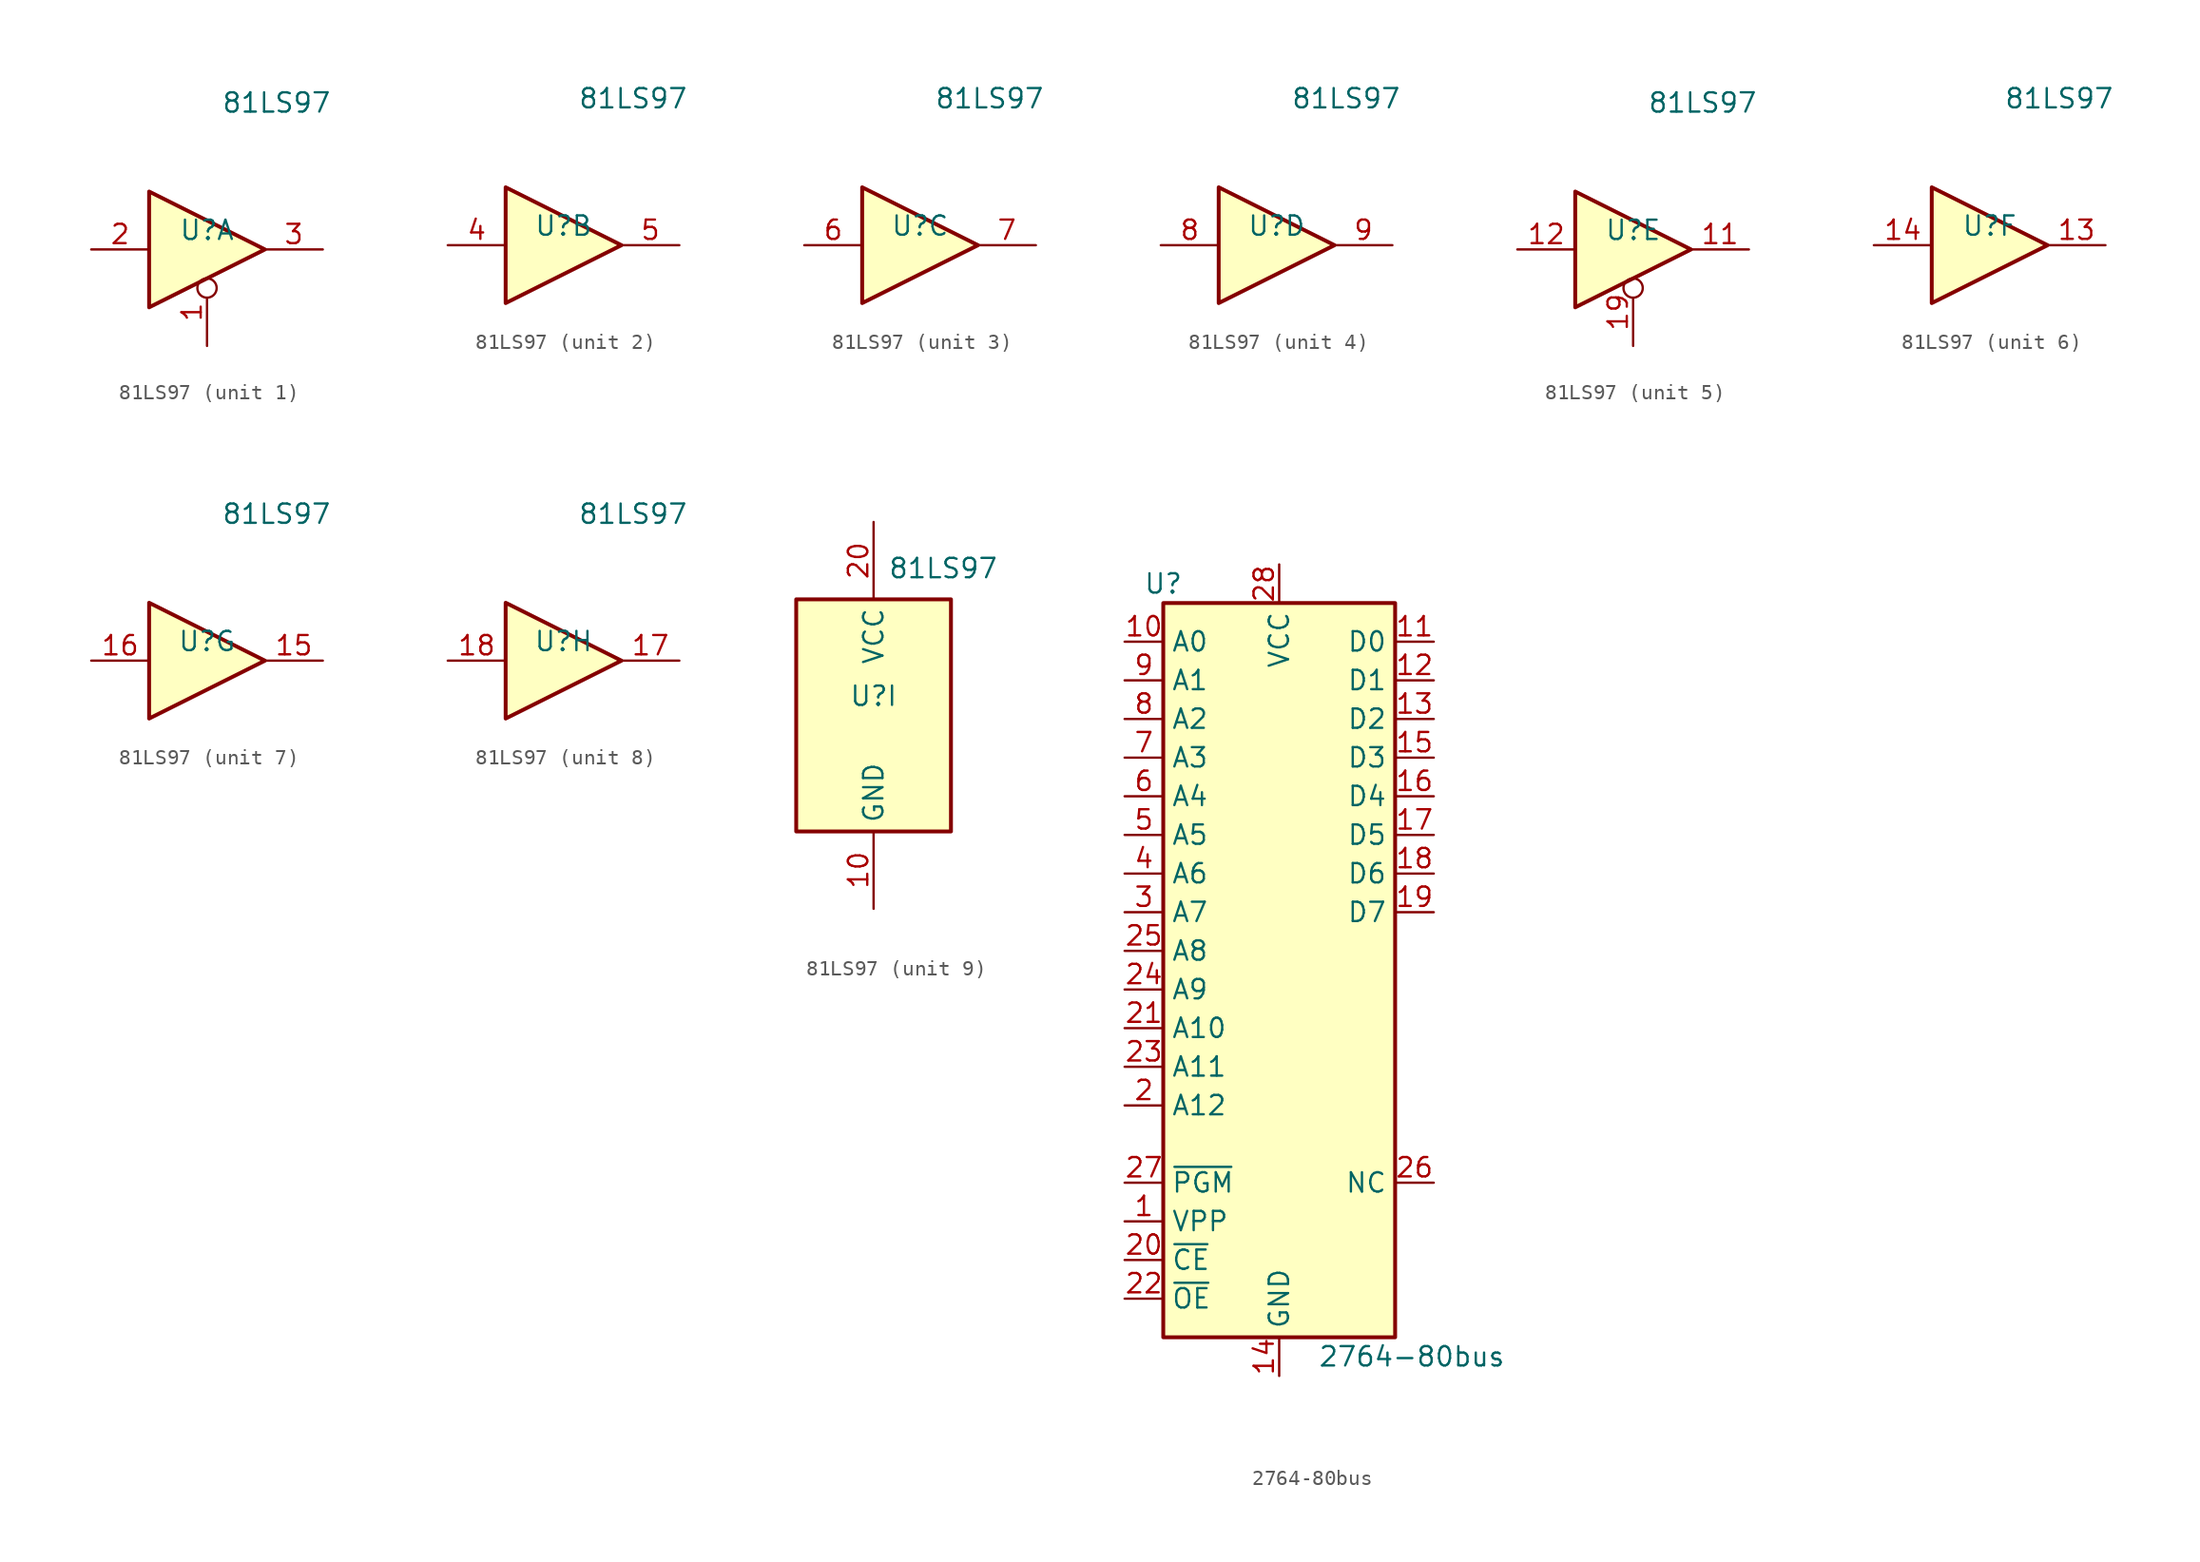
<source format=kicad_sym>
(kicad_symbol_lib
  (version 20241209)
  (generator "kicad_symbol_editor")
  (generator_version "9.0")
  (symbol "81LS97"
    (property "Reference" "U"
      (at 0 1.27 0)
      (effects (font (size 1.27 1.27))))
    (property "Value" "81LS97"
      (at 4.572 9.652 0)
      (effects (font (size 1.27 1.27))))
    (property "ki_locked" ""
      (at 0 0 0)
      (effects (font (size 1.27 1.27))))
    (symbol "81LS97_1_0"
      (polyline (pts (xy -3.81 3.81) (xy -3.81 -3.81) (xy 3.81 0) (xy -3.81 3.81)) (stroke (width 0.254) (type default)) (fill (type background)))
      (pin input line (at -7.62 0 0) (length 3.81) (name "~" (effects (font (size 1.27 1.27)))) (number "2" (effects (font (size 1.27 1.27)))))
      (pin input inverted (at 0 -6.35 90) (length 4.445) (name "~" (effects (font (size 1.27 1.27)))) (number "1" (effects (font (size 1.27 1.27)))))
      (pin tri_state line (at 7.62 0 180) (length 3.81) (name "~" (effects (font (size 1.27 1.27)))) (number "3" (effects (font (size 1.27 1.27))))))
    (symbol "81LS97_2_0"
      (polyline (pts (xy -3.81 3.81) (xy -3.81 -3.81) (xy 3.81 0) (xy -3.81 3.81)) (stroke (width 0.254) (type default)) (fill (type background)))
      (pin input line (at -7.62 0 0) (length 3.81) (name "~" (effects (font (size 1.27 1.27)))) (number "4" (effects (font (size 1.27 1.27)))))
      (pin tri_state line (at 7.62 0 180) (length 3.81) (name "~" (effects (font (size 1.27 1.27)))) (number "5" (effects (font (size 1.27 1.27))))))
    (symbol "81LS97_3_0"
      (polyline (pts (xy -3.81 3.81) (xy -3.81 -3.81) (xy 3.81 0) (xy -3.81 3.81)) (stroke (width 0.254) (type default)) (fill (type background)))
      (pin input line (at -7.62 0 0) (length 3.81) (name "~" (effects (font (size 1.27 1.27)))) (number "6" (effects (font (size 1.27 1.27)))))
      (pin tri_state line (at 7.62 0 180) (length 3.81) (name "~" (effects (font (size 1.27 1.27)))) (number "7" (effects (font (size 1.27 1.27))))))
    (symbol "81LS97_4_0"
      (polyline (pts (xy -3.81 3.81) (xy -3.81 -3.81) (xy 3.81 0) (xy -3.81 3.81)) (stroke (width 0.254) (type default)) (fill (type background)))
      (pin input line (at -7.62 0 0) (length 3.81) (name "~" (effects (font (size 1.27 1.27)))) (number "8" (effects (font (size 1.27 1.27)))))
      (pin tri_state line (at 7.62 0 180) (length 3.81) (name "~" (effects (font (size 1.27 1.27)))) (number "9" (effects (font (size 1.27 1.27))))))
    (symbol "81LS97_5_0"
      (polyline (pts (xy -3.81 3.81) (xy -3.81 -3.81) (xy 3.81 0) (xy -3.81 3.81)) (stroke (width 0.254) (type default)) (fill (type background)))
      (pin input line (at -7.62 0 0) (length 3.81) (name "~" (effects (font (size 1.27 1.27)))) (number "12" (effects (font (size 1.27 1.27)))))
      (pin input inverted (at 0 -6.35 90) (length 4.445) (name "~" (effects (font (size 1.27 1.27)))) (number "19" (effects (font (size 1.27 1.27)))))
      (pin tri_state line (at 7.62 0 180) (length 3.81) (name "~" (effects (font (size 1.27 1.27)))) (number "11" (effects (font (size 1.27 1.27))))))
    (symbol "81LS97_6_0"
      (polyline (pts (xy -3.81 3.81) (xy -3.81 -3.81) (xy 3.81 0) (xy -3.81 3.81)) (stroke (width 0.254) (type default)) (fill (type background)))
      (pin input line (at -7.62 0 0) (length 3.81) (name "~" (effects (font (size 1.27 1.27)))) (number "14" (effects (font (size 1.27 1.27)))))
      (pin tri_state line (at 7.62 0 180) (length 3.81) (name "~" (effects (font (size 1.27 1.27)))) (number "13" (effects (font (size 1.27 1.27))))))
    (symbol "81LS97_7_0"
      (polyline (pts (xy -3.81 3.81) (xy -3.81 -3.81) (xy 3.81 0) (xy -3.81 3.81)) (stroke (width 0.254) (type default)) (fill (type background)))
      (pin input line (at -7.62 0 0) (length 3.81) (name "~" (effects (font (size 1.27 1.27)))) (number "16" (effects (font (size 1.27 1.27)))))
      (pin tri_state line (at 7.62 0 180) (length 3.81) (name "~" (effects (font (size 1.27 1.27)))) (number "15" (effects (font (size 1.27 1.27))))))
    (symbol "81LS97_8_0"
      (polyline (pts (xy -3.81 3.81) (xy -3.81 -3.81) (xy 3.81 0) (xy -3.81 3.81)) (stroke (width 0.254) (type default)) (fill (type background)))
      (pin input line (at -7.62 0 0) (length 3.81) (name "~" (effects (font (size 1.27 1.27)))) (number "18" (effects (font (size 1.27 1.27)))))
      (pin tri_state line (at 7.62 0 180) (length 3.81) (name "~" (effects (font (size 1.27 1.27)))) (number "17" (effects (font (size 1.27 1.27))))))
    (symbol "81LS97_9_0"
      (pin power_in line (at 0 12.7 270) (length 5.08) (name "VCC" (effects (font (size 1.27 1.27)))) (number "20" (effects (font (size 1.27 1.27)))))
      (pin power_in line (at 0 -12.7 90) (length 5.08) (name "GND" (effects (font (size 1.27 1.27)))) (number "10" (effects (font (size 1.27 1.27))))))
    (symbol "81LS97_9_1"
      (rectangle (start -5.08 7.62) (end 5.08 -7.62) (stroke (width 0.254) (type default)) (fill (type background)))))
  (symbol "2764-80bus"
    (property "Reference" "U"
      (at -7.62 24.13 0)
      (effects (font (size 1.27 1.27))))
    (property "Value" "2764-80bus"
      (at 2.54 -26.67 0)
      (effects (font (size 1.27 1.27)) (justify left)))
    (symbol "2764-80bus_1_1"
      (rectangle (start -7.62 22.86) (end 7.62 -25.4) (stroke (width 0.254) (type solid)) (fill (type background)))
      (pin input line (at -10.16 20.32 0) (length 2.54) (name "A0" (effects (font (size 1.27 1.27)))) (number "10" (effects (font (size 1.27 1.27)))))
      (pin input line (at -10.16 17.78 0) (length 2.54) (name "A1" (effects (font (size 1.27 1.27)))) (number "9" (effects (font (size 1.27 1.27)))))
      (pin input line (at -10.16 15.24 0) (length 2.54) (name "A2" (effects (font (size 1.27 1.27)))) (number "8" (effects (font (size 1.27 1.27)))))
      (pin input line (at -10.16 12.7 0) (length 2.54) (name "A3" (effects (font (size 1.27 1.27)))) (number "7" (effects (font (size 1.27 1.27)))))
      (pin input line (at -10.16 10.16 0) (length 2.54) (name "A4" (effects (font (size 1.27 1.27)))) (number "6" (effects (font (size 1.27 1.27)))))
      (pin input line (at -10.16 7.62 0) (length 2.54) (name "A5" (effects (font (size 1.27 1.27)))) (number "5" (effects (font (size 1.27 1.27)))))
      (pin input line (at -10.16 5.08 0) (length 2.54) (name "A6" (effects (font (size 1.27 1.27)))) (number "4" (effects (font (size 1.27 1.27)))))
      (pin input line (at -10.16 2.54 0) (length 2.54) (name "A7" (effects (font (size 1.27 1.27)))) (number "3" (effects (font (size 1.27 1.27)))))
      (pin input line (at -10.16 0 0) (length 2.54) (name "A8" (effects (font (size 1.27 1.27)))) (number "25" (effects (font (size 1.27 1.27)))))
      (pin input line (at -10.16 -2.54 0) (length 2.54) (name "A9" (effects (font (size 1.27 1.27)))) (number "24" (effects (font (size 1.27 1.27)))))
      (pin input line (at -10.16 -5.08 0) (length 2.54) (name "A10" (effects (font (size 1.27 1.27)))) (number "21" (effects (font (size 1.27 1.27)))))
      (pin input line (at -10.16 -7.62 0) (length 2.54) (name "A11" (effects (font (size 1.27 1.27)))) (number "23" (effects (font (size 1.27 1.27)))))
      (pin input line (at -10.16 -10.16 0) (length 2.54) (name "A12" (effects (font (size 1.27 1.27)))) (number "2" (effects (font (size 1.27 1.27)))))
      (pin input line (at -10.16 -15.24 0) (length 2.54) (name "~{PGM}" (effects (font (size 1.27 1.27)))) (number "27" (effects (font (size 1.27 1.27)))))
      (pin input line (at -10.16 -17.78 0) (length 2.54) (name "VPP" (effects (font (size 1.27 1.27)))) (number "1" (effects (font (size 1.27 1.27)))))
      (pin input line (at -10.16 -20.32 0) (length 2.54) (name "~{CE}" (effects (font (size 1.27 1.27)))) (number "20" (effects (font (size 1.27 1.27)))))
      (pin input line (at -10.16 -22.86 0) (length 2.54) (name "~{OE}" (effects (font (size 1.27 1.27)))) (number "22" (effects (font (size 1.27 1.27)))))
      (pin power_in line (at 0 25.4 270) (length 2.54) (name "VCC" (effects (font (size 1.27 1.27)))) (number "28" (effects (font (size 1.27 1.27)))))
      (pin power_in line (at 0 -27.94 90) (length 2.54) (name "GND" (effects (font (size 1.27 1.27)))) (number "14" (effects (font (size 1.27 1.27)))))
      (pin tri_state line (at 10.16 20.32 180) (length 2.54) (name "D0" (effects (font (size 1.27 1.27)))) (number "11" (effects (font (size 1.27 1.27)))))
      (pin tri_state line (at 10.16 17.78 180) (length 2.54) (name "D1" (effects (font (size 1.27 1.27)))) (number "12" (effects (font (size 1.27 1.27)))))
      (pin tri_state line (at 10.16 15.24 180) (length 2.54) (name "D2" (effects (font (size 1.27 1.27)))) (number "13" (effects (font (size 1.27 1.27)))))
      (pin tri_state line (at 10.16 12.7 180) (length 2.54) (name "D3" (effects (font (size 1.27 1.27)))) (number "15" (effects (font (size 1.27 1.27)))))
      (pin tri_state line (at 10.16 10.16 180) (length 2.54) (name "D4" (effects (font (size 1.27 1.27)))) (number "16" (effects (font (size 1.27 1.27)))))
      (pin tri_state line (at 10.16 7.62 180) (length 2.54) (name "D5" (effects (font (size 1.27 1.27)))) (number "17" (effects (font (size 1.27 1.27)))))
      (pin tri_state line (at 10.16 5.08 180) (length 2.54) (name "D6" (effects (font (size 1.27 1.27)))) (number "18" (effects (font (size 1.27 1.27)))))
      (pin tri_state line (at 10.16 2.54 180) (length 2.54) (name "D7" (effects (font (size 1.27 1.27)))) (number "19" (effects (font (size 1.27 1.27)))))
      (pin input line (at 10.16 -15.24 180) (length 2.54) (name "NC" (effects (font (size 1.27 1.27)))) (number "26" (effects (font (size 1.27 1.27))))))))
</source>
